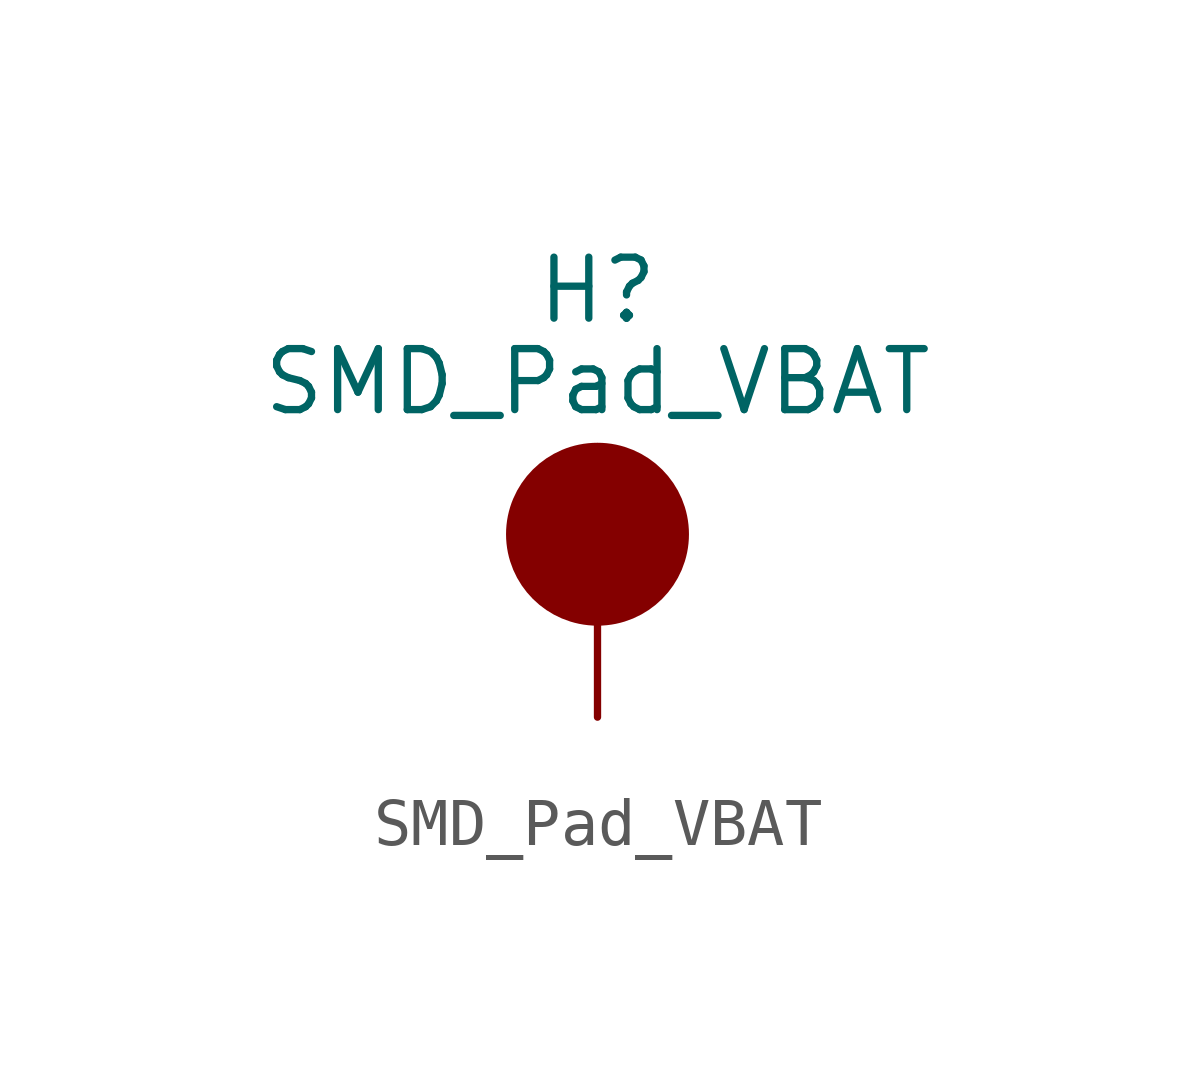
<source format=kicad_sym>
(kicad_symbol_lib
  (version 20241209)
  (generator "kicad_symbol_editor")
  (generator_version "9.0")
  (symbol "SMD_Pad_VBAT"
    (pin_numbers
      (hide yes))
    (pin_names
      (offset 1.016)
      (hide yes))
    (property "Reference" "H"
      (at 0 6.35 0)
      (effects (font (size 1.27 1.27))))
    (property "Value" "SMD_Pad_VBAT"
      (at 0 4.445 0)
      (effects (font (size 1.27 1.27))))
    (symbol "SMD_Pad_VBAT_1_1"
      (circle (center 0 1.27) (radius 1.27) (stroke (width 1.27) (type default)) (fill (type color) (color 132 0 0 1)))
      (pin input line (at 0 -2.54 90) (length 2.54) (name "1" (effects (font (size 1.27 1.27)))) (number "1" (effects (font (size 1.27 1.27))))))))
</source>
